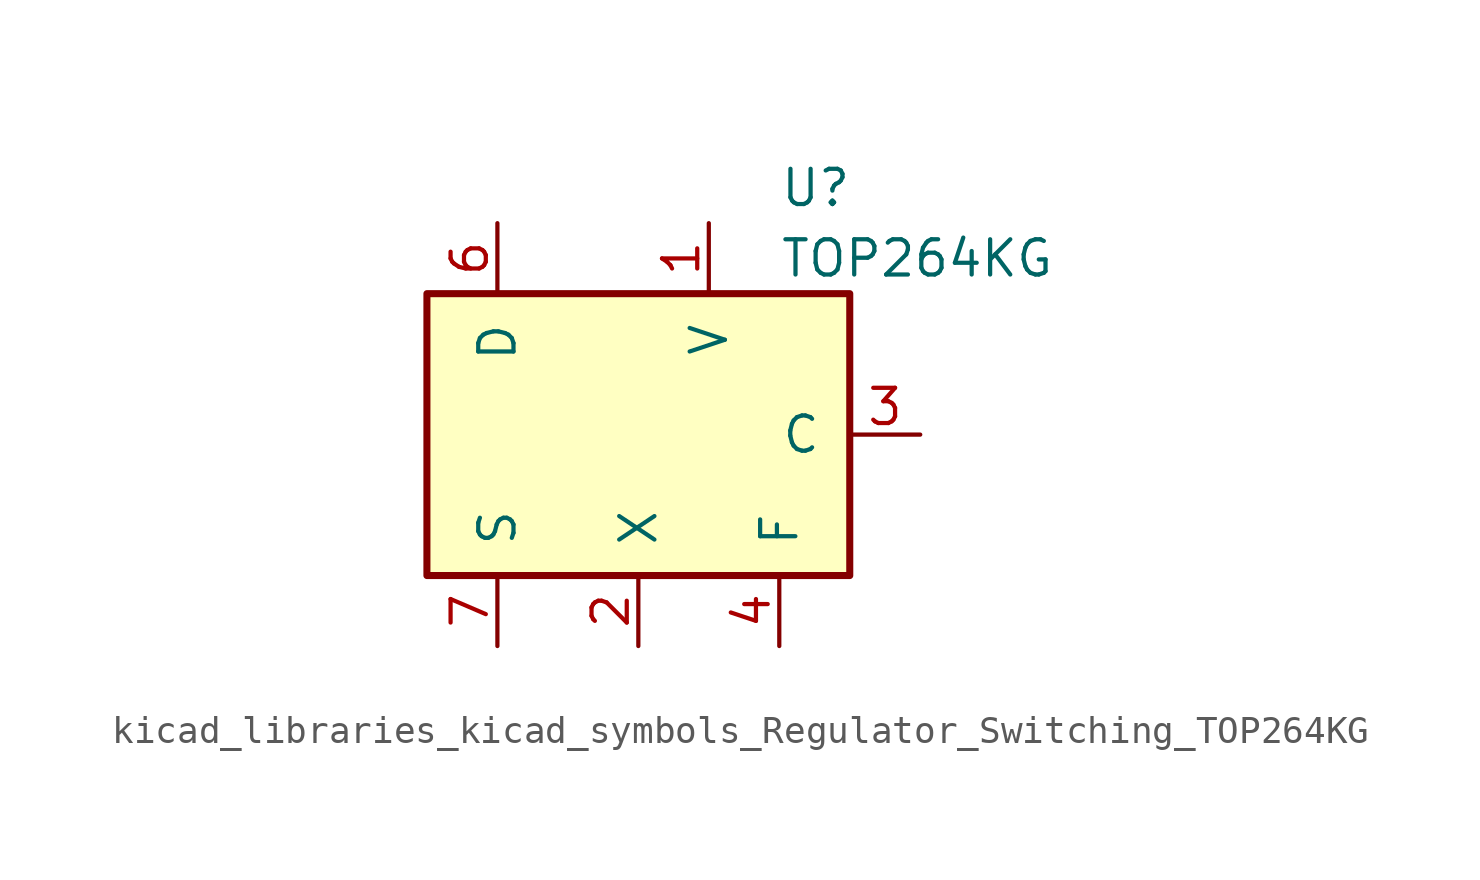
<source format=kicad_sym>
(kicad_symbol_lib
  (version 20220914)
  (generator kicad_symbol_editor)
  (symbol "kicad_libraries_kicad_symbols_Regulator_Switching_TOP264KG"
    (pin_names
      (offset 1.016))
    (property "Reference" "U"
      (at 5.08 8.89 0)
      (effects (font (size 1.27 1.27)) (justify left)))
    (property "Value" "TOP264KG"
      (at 5.08 6.35 0)
      (effects (font (size 1.27 1.27)) (justify left)))
    (symbol "kicad_libraries_kicad_symbols_Regulator_Switching_TOP264KG_0_1"
      (rectangle (start -7.62 5.08) (end 7.62 -5.08) (stroke (width 0.254) (type default)) (fill (type background))))
    (symbol "kicad_libraries_kicad_symbols_Regulator_Switching_TOP264KG_1_1"
      (pin input line (at 2.54 7.62 270) (length 2.54) (name "V" (effects (font (size 1.27 1.27)))) (number "1" (effects (font (size 1.27 1.27)))))
      (pin passive line (at -5.08 -7.62 90) (length 2.54) hide (name "S" (effects (font (size 1.27 1.27)))) (number "10" (effects (font (size 1.27 1.27)))))
      (pin passive line (at -5.08 -7.62 90) (length 2.54) hide (name "S" (effects (font (size 1.27 1.27)))) (number "11" (effects (font (size 1.27 1.27)))))
      (pin passive line (at -5.08 -7.62 90) (length 2.54) hide (name "S" (effects (font (size 1.27 1.27)))) (number "12" (effects (font (size 1.27 1.27)))))
      (pin input line (at 0 -7.62 90) (length 2.54) (name "X" (effects (font (size 1.27 1.27)))) (number "2" (effects (font (size 1.27 1.27)))))
      (pin input line (at 10.16 0 180) (length 2.54) (name "C" (effects (font (size 1.27 1.27)))) (number "3" (effects (font (size 1.27 1.27)))))
      (pin passive line (at 5.08 -7.62 90) (length 2.54) (name "F" (effects (font (size 1.27 1.27)))) (number "4" (effects (font (size 1.27 1.27)))))
      (pin open_collector line (at -5.08 7.62 270) (length 2.54) (name "D" (effects (font (size 1.27 1.27)))) (number "6" (effects (font (size 1.27 1.27)))))
      (pin power_in line (at -5.08 -7.62 90) (length 2.54) (name "S" (effects (font (size 1.27 1.27)))) (number "7" (effects (font (size 1.27 1.27)))))
      (pin passive line (at -5.08 -7.62 90) (length 2.54) hide (name "S" (effects (font (size 1.27 1.27)))) (number "8" (effects (font (size 1.27 1.27)))))
      (pin passive line (at -5.08 -7.62 90) (length 2.54) hide (name "S" (effects (font (size 1.27 1.27)))) (number "9" (effects (font (size 1.27 1.27))))))))
</source>
